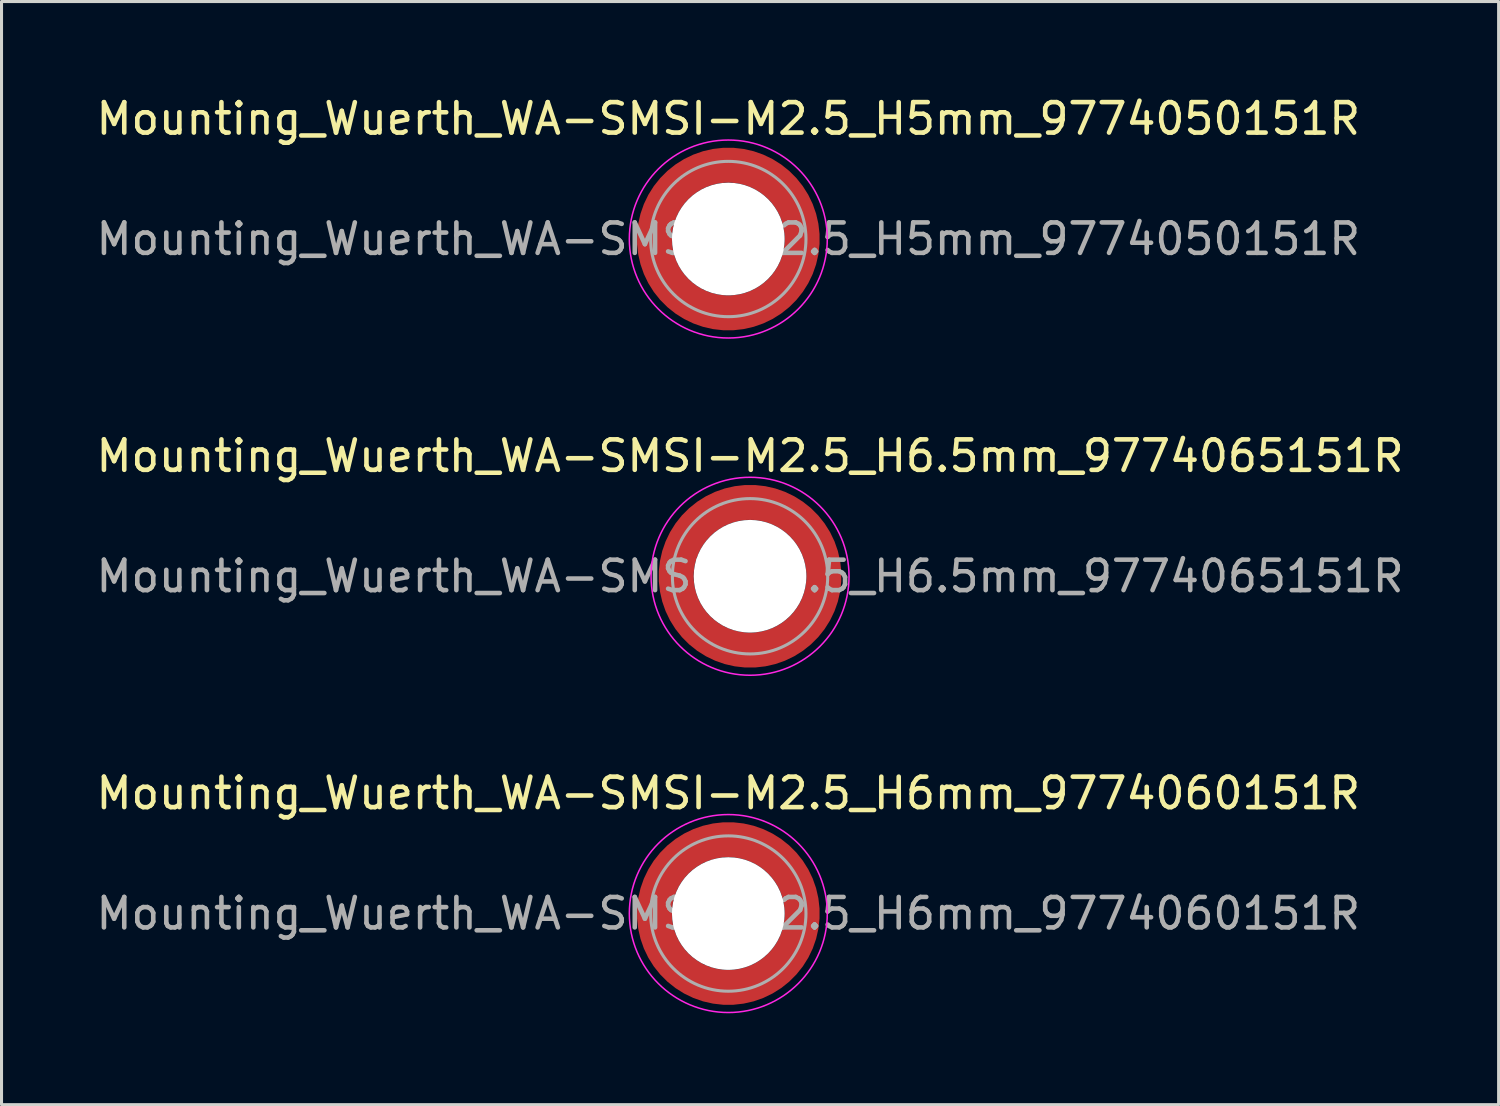
<source format=kicad_pcb>
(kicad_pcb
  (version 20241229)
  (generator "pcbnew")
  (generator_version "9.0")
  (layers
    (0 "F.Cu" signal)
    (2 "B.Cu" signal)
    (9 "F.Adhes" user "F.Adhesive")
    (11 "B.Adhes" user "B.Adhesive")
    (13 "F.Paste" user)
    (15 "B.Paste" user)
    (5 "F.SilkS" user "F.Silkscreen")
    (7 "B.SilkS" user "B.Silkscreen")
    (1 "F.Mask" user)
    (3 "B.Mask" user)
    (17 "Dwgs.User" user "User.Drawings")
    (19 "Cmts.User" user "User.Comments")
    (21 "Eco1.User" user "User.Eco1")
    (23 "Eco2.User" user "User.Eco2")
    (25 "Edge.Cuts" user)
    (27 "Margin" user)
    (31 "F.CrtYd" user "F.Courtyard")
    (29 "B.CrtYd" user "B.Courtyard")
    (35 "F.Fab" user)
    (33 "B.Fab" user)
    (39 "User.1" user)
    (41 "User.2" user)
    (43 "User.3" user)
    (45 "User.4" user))
  (footprint "Mounting_Wuerth_WA-SMSI-M2.5_H6.5mm_9774065151R"
    (layer "F.Cu")
    (at 21.577 15.871)
    (property "Reference" "Mounting_Wuerth_WA-SMSI-M2.5_H6.5mm_9774065151R" (at 0 -3.95 0) (layer "F.SilkS") (effects (font (size 1 1) (thickness 0.15))))
    (attr smd allow_soldermask_bridges)
    (fp_circle (center 0 0) (end 3.25 0) (stroke (width 0.05) (type solid)) (fill no) (layer "F.CrtYd"))
    (fp_circle (center 0 0) (end 2.55 0) (stroke (width 0.1) (type solid)) (fill no) (layer "F.Fab"))
    (fp_text user "${REFERENCE}" (at 0 0 0) (layer "F.Fab") (effects (font (size 1 1) (thickness 0.15))))
    (pad "" smd custom (at -1.704 -1.704) (size 0.51 0.51) (layers "F.Paste") (options (anchor circle)) (primitives (gr_arc (start -0.250195 1.279127) (mid 0.289914 0.289914) (end 1.279127 -0.250195) (width 0.2)) (gr_arc (start -0.34334 1.279127) (mid 0.225488 0.225488) (end 1.279127 -0.34334) (width 0.2)) (gr_arc (start -0.436309 1.279127) (mid 0.161063 0.161063) (end 1.279127 -0.436309) (width 0.2)) (gr_arc (start -0.529126 1.279127) (mid 0.096638 0.096638) (end 1.279127 -0.529126) (width 0.2)) (gr_arc (start -0.621807 1.279127) (mid 0.032213 0.032213) (end 1.279127 -0.621807) (width 0.2)) (gr_arc (start -0.71437 1.279127) (mid -0.032213 -0.032213) (end 1.279127 -0.71437) (width 0.2)) (gr_arc (start -0.806826 1.279127) (mid -0.096638 -0.096638) (end 1.279127 -0.806826) (width 0.2)) (gr_arc (start -0.899187 1.279127) (mid -0.161063 -0.161063) (end 1.279127 -0.899187) (width 0.2)) (gr_arc (start -0.991463 1.279127) (mid -0.225488 -0.225488) (end 1.279127 -0.991463) (width 0.2)) (gr_arc (start -1.083663 1.279127) (mid -0.289914 -0.289914) (end 1.279127 -1.083663) (width 0.2)) (gr_line (start 1.279 -0.25) (end 1.279 -1.084) (width 0.2)) (gr_line (start -0.25 1.279) (end -1.084 1.279) (width 0.2))))
    (pad "" smd custom (at -1.704 1.704) (size 0.51 0.51) (layers "F.Paste") (options (anchor circle)) (primitives (gr_arc (start 1.279127 0.250195) (mid 0.289914 -0.289914) (end -0.250195 -1.279127) (width 0.2)) (gr_arc (start 1.279127 0.34334) (mid 0.225488 -0.225488) (end -0.34334 -1.279127) (width 0.2)) (gr_arc (start 1.279127 0.436309) (mid 0.161063 -0.161063) (end -0.436309 -1.279127) (width 0.2)) (gr_arc (start 1.279127 0.529126) (mid 0.096638 -0.096638) (end -0.529126 -1.279127) (width 0.2)) (gr_arc (start 1.279127 0.621807) (mid 0.032213 -0.032213) (end -0.621807 -1.279127) (width 0.2)) (gr_arc (start 1.279127 0.71437) (mid -0.032213 0.032213) (end -0.71437 -1.279127) (width 0.2)) (gr_arc (start 1.279127 0.806826) (mid -0.096638 0.096638) (end -0.806826 -1.279127) (width 0.2)) (gr_arc (start 1.279127 0.899187) (mid -0.161063 0.161063) (end -0.899187 -1.279127) (width 0.2)) (gr_arc (start 1.279127 0.991463) (mid -0.225488 0.225488) (end -0.991463 -1.279127) (width 0.2)) (gr_arc (start 1.279127 1.083663) (mid -0.289914 0.289914) (end -1.083663 -1.279127) (width 0.2)) (gr_line (start -0.25 -1.279) (end -1.084 -1.279) (width 0.2)) (gr_line (start 1.279 0.25) (end 1.279 1.084) (width 0.2))))
    (pad "" np_thru_hole circle (at 0 0) (size 3.7 3.7) (drill 3.7) (layers "*.Cu" "*.Mask"))
    (pad "" smd custom (at 1.704 -1.704) (size 0.51 0.51) (layers "F.Paste") (options (anchor circle)) (primitives (gr_arc (start -1.279127 -0.250195) (mid -0.289914 0.289914) (end 0.250195 1.279127) (width 0.2)) (gr_arc (start -1.279127 -0.34334) (mid -0.225488 0.225488) (end 0.34334 1.279127) (width 0.2)) (gr_arc (start -1.279127 -0.436309) (mid -0.161063 0.161063) (end 0.436309 1.279127) (width 0.2)) (gr_arc (start -1.279127 -0.529126) (mid -0.096638 0.096638) (end 0.529126 1.279127) (width 0.2)) (gr_arc (start -1.279127 -0.621807) (mid -0.032213 0.032213) (end 0.621807 1.279127) (width 0.2)) (gr_arc (start -1.279127 -0.71437) (mid 0.032213 -0.032213) (end 0.71437 1.279127) (width 0.2)) (gr_arc (start -1.279127 -0.806826) (mid 0.096638 -0.096638) (end 0.806826 1.279127) (width 0.2)) (gr_arc (start -1.279127 -0.899187) (mid 0.161063 -0.161063) (end 0.899187 1.279127) (width 0.2)) (gr_arc (start -1.279127 -0.991463) (mid 0.225488 -0.225488) (end 0.991463 1.279127) (width 0.2)) (gr_arc (start -1.279127 -1.083663) (mid 0.289914 -0.289914) (end 1.083663 1.279127) (width 0.2)) (gr_line (start 0.25 1.279) (end 1.084 1.279) (width 0.2)) (gr_line (start -1.279 -0.25) (end -1.279 -1.084) (width 0.2))))
    (pad "" smd custom (at 1.704 1.704) (size 0.51 0.51) (layers "F.Paste") (options (anchor circle)) (primitives (gr_arc (start 0.250195 -1.279127) (mid -0.289914 -0.289914) (end -1.279127 0.250195) (width 0.2)) (gr_arc (start 0.34334 -1.279127) (mid -0.225488 -0.225488) (end -1.279127 0.34334) (width 0.2)) (gr_arc (start 0.436309 -1.279127) (mid -0.161063 -0.161063) (end -1.279127 0.436309) (width 0.2)) (gr_arc (start 0.529126 -1.279127) (mid -0.096638 -0.096638) (end -1.279127 0.529126) (width 0.2)) (gr_arc (start 0.621807 -1.279127) (mid -0.032213 -0.032213) (end -1.279127 0.621807) (width 0.2)) (gr_arc (start 0.71437 -1.279127) (mid 0.032213 0.032213) (end -1.279127 0.71437) (width 0.2)) (gr_arc (start 0.806826 -1.279127) (mid 0.096638 0.096638) (end -1.279127 0.806826) (width 0.2)) (gr_arc (start 0.899187 -1.279127) (mid 0.161063 0.161063) (end -1.279127 0.899187) (width 0.2)) (gr_arc (start 0.991463 -1.279127) (mid 0.225488 0.225488) (end -1.279127 0.991463) (width 0.2)) (gr_arc (start 1.083663 -1.279127) (mid 0.289914 0.289914) (end -1.279127 1.083663) (width 0.2)) (gr_line (start -1.279 0.25) (end -1.279 1.084) (width 0.2)) (gr_line (start 0.25 -1.279) (end 1.084 -1.279) (width 0.2))))
    (pad "1" smd circle (at -2.425 0) (size 0.642 0.642) (layers "F.Cu"))
    (pad "1" smd circle (at 0 -2.425) (size 0.642 0.642) (layers "F.Cu"))
    (pad "1" smd circle (at 0 2.425) (size 0.642 0.642) (layers "F.Cu"))
    (pad "1" smd custom (at 2.425 0) (size 1.15 1.15) (layers "F.Cu" "F.Mask") (options (anchor circle)) (primitives (gr_circle (center -2.425 0) (end 0 0) (width 1.15) (fill no)))))
  (footprint "Mounting_Wuerth_WA-SMSI-M2.5_H6mm_9774060151R"
    (layer "F.Cu")
    (at 20.863 26.945)
    (property "Reference" "Mounting_Wuerth_WA-SMSI-M2.5_H6mm_9774060151R" (at 0 -3.95 0) (layer "F.SilkS") (effects (font (size 1 1) (thickness 0.15))))
    (attr smd allow_soldermask_bridges)
    (fp_circle (center 0 0) (end 3.25 0) (stroke (width 0.05) (type solid)) (fill no) (layer "F.CrtYd"))
    (fp_circle (center 0 0) (end 2.55 0) (stroke (width 0.1) (type solid)) (fill no) (layer "F.Fab"))
    (fp_text user "${REFERENCE}" (at 0 0 0) (layer "F.Fab") (effects (font (size 1 1) (thickness 0.15))))
    (pad "" smd custom (at -1.704 -1.704) (size 0.51 0.51) (layers "F.Paste") (options (anchor circle)) (primitives (gr_arc (start -0.250195 1.279127) (mid 0.289914 0.289914) (end 1.279127 -0.250195) (width 0.2)) (gr_arc (start -0.34334 1.279127) (mid 0.225488 0.225488) (end 1.279127 -0.34334) (width 0.2)) (gr_arc (start -0.436309 1.279127) (mid 0.161063 0.161063) (end 1.279127 -0.436309) (width 0.2)) (gr_arc (start -0.529126 1.279127) (mid 0.096638 0.096638) (end 1.279127 -0.529126) (width 0.2)) (gr_arc (start -0.621807 1.279127) (mid 0.032213 0.032213) (end 1.279127 -0.621807) (width 0.2)) (gr_arc (start -0.71437 1.279127) (mid -0.032213 -0.032213) (end 1.279127 -0.71437) (width 0.2)) (gr_arc (start -0.806826 1.279127) (mid -0.096638 -0.096638) (end 1.279127 -0.806826) (width 0.2)) (gr_arc (start -0.899187 1.279127) (mid -0.161063 -0.161063) (end 1.279127 -0.899187) (width 0.2)) (gr_arc (start -0.991463 1.279127) (mid -0.225488 -0.225488) (end 1.279127 -0.991463) (width 0.2)) (gr_arc (start -1.083663 1.279127) (mid -0.289914 -0.289914) (end 1.279127 -1.083663) (width 0.2)) (gr_line (start 1.279 -0.25) (end 1.279 -1.084) (width 0.2)) (gr_line (start -0.25 1.279) (end -1.084 1.279) (width 0.2))))
    (pad "" smd custom (at -1.704 1.704) (size 0.51 0.51) (layers "F.Paste") (options (anchor circle)) (primitives (gr_arc (start 1.279127 0.250195) (mid 0.289914 -0.289914) (end -0.250195 -1.279127) (width 0.2)) (gr_arc (start 1.279127 0.34334) (mid 0.225488 -0.225488) (end -0.34334 -1.279127) (width 0.2)) (gr_arc (start 1.279127 0.436309) (mid 0.161063 -0.161063) (end -0.436309 -1.279127) (width 0.2)) (gr_arc (start 1.279127 0.529126) (mid 0.096638 -0.096638) (end -0.529126 -1.279127) (width 0.2)) (gr_arc (start 1.279127 0.621807) (mid 0.032213 -0.032213) (end -0.621807 -1.279127) (width 0.2)) (gr_arc (start 1.279127 0.71437) (mid -0.032213 0.032213) (end -0.71437 -1.279127) (width 0.2)) (gr_arc (start 1.279127 0.806826) (mid -0.096638 0.096638) (end -0.806826 -1.279127) (width 0.2)) (gr_arc (start 1.279127 0.899187) (mid -0.161063 0.161063) (end -0.899187 -1.279127) (width 0.2)) (gr_arc (start 1.279127 0.991463) (mid -0.225488 0.225488) (end -0.991463 -1.279127) (width 0.2)) (gr_arc (start 1.279127 1.083663) (mid -0.289914 0.289914) (end -1.083663 -1.279127) (width 0.2)) (gr_line (start -0.25 -1.279) (end -1.084 -1.279) (width 0.2)) (gr_line (start 1.279 0.25) (end 1.279 1.084) (width 0.2))))
    (pad "" np_thru_hole circle (at 0 0) (size 3.7 3.7) (drill 3.7) (layers "*.Cu" "*.Mask"))
    (pad "" smd custom (at 1.704 -1.704) (size 0.51 0.51) (layers "F.Paste") (options (anchor circle)) (primitives (gr_arc (start -1.279127 -0.250195) (mid -0.289914 0.289914) (end 0.250195 1.279127) (width 0.2)) (gr_arc (start -1.279127 -0.34334) (mid -0.225488 0.225488) (end 0.34334 1.279127) (width 0.2)) (gr_arc (start -1.279127 -0.436309) (mid -0.161063 0.161063) (end 0.436309 1.279127) (width 0.2)) (gr_arc (start -1.279127 -0.529126) (mid -0.096638 0.096638) (end 0.529126 1.279127) (width 0.2)) (gr_arc (start -1.279127 -0.621807) (mid -0.032213 0.032213) (end 0.621807 1.279127) (width 0.2)) (gr_arc (start -1.279127 -0.71437) (mid 0.032213 -0.032213) (end 0.71437 1.279127) (width 0.2)) (gr_arc (start -1.279127 -0.806826) (mid 0.096638 -0.096638) (end 0.806826 1.279127) (width 0.2)) (gr_arc (start -1.279127 -0.899187) (mid 0.161063 -0.161063) (end 0.899187 1.279127) (width 0.2)) (gr_arc (start -1.279127 -0.991463) (mid 0.225488 -0.225488) (end 0.991463 1.279127) (width 0.2)) (gr_arc (start -1.279127 -1.083663) (mid 0.289914 -0.289914) (end 1.083663 1.279127) (width 0.2)) (gr_line (start 0.25 1.279) (end 1.084 1.279) (width 0.2)) (gr_line (start -1.279 -0.25) (end -1.279 -1.084) (width 0.2))))
    (pad "" smd custom (at 1.704 1.704) (size 0.51 0.51) (layers "F.Paste") (options (anchor circle)) (primitives (gr_arc (start 0.250195 -1.279127) (mid -0.289914 -0.289914) (end -1.279127 0.250195) (width 0.2)) (gr_arc (start 0.34334 -1.279127) (mid -0.225488 -0.225488) (end -1.279127 0.34334) (width 0.2)) (gr_arc (start 0.436309 -1.279127) (mid -0.161063 -0.161063) (end -1.279127 0.436309) (width 0.2)) (gr_arc (start 0.529126 -1.279127) (mid -0.096638 -0.096638) (end -1.279127 0.529126) (width 0.2)) (gr_arc (start 0.621807 -1.279127) (mid -0.032213 -0.032213) (end -1.279127 0.621807) (width 0.2)) (gr_arc (start 0.71437 -1.279127) (mid 0.032213 0.032213) (end -1.279127 0.71437) (width 0.2)) (gr_arc (start 0.806826 -1.279127) (mid 0.096638 0.096638) (end -1.279127 0.806826) (width 0.2)) (gr_arc (start 0.899187 -1.279127) (mid 0.161063 0.161063) (end -1.279127 0.899187) (width 0.2)) (gr_arc (start 0.991463 -1.279127) (mid 0.225488 0.225488) (end -1.279127 0.991463) (width 0.2)) (gr_arc (start 1.083663 -1.279127) (mid 0.289914 0.289914) (end -1.279127 1.083663) (width 0.2)) (gr_line (start -1.279 0.25) (end -1.279 1.084) (width 0.2)) (gr_line (start 0.25 -1.279) (end 1.084 -1.279) (width 0.2))))
    (pad "1" smd circle (at -2.425 0) (size 0.642 0.642) (layers "F.Cu"))
    (pad "1" smd circle (at 0 -2.425) (size 0.642 0.642) (layers "F.Cu"))
    (pad "1" smd circle (at 0 2.425) (size 0.642 0.642) (layers "F.Cu"))
    (pad "1" smd custom (at 2.425 0) (size 1.15 1.15) (layers "F.Cu" "F.Mask") (options (anchor circle)) (primitives (gr_circle (center -2.425 0) (end 0 0) (width 1.15) (fill no)))))
  (footprint "Mounting_Wuerth_WA-SMSI-M2.5_H5mm_9774050151R"
    (layer "F.Cu")
    (at 20.863 4.798)
    (property "Reference" "Mounting_Wuerth_WA-SMSI-M2.5_H5mm_9774050151R" (at 0 -3.95 0) (layer "F.SilkS") (effects (font (size 1 1) (thickness 0.15))))
    (attr smd allow_soldermask_bridges)
    (fp_circle (center 0 0) (end 3.25 0) (stroke (width 0.05) (type solid)) (fill no) (layer "F.CrtYd"))
    (fp_circle (center 0 0) (end 2.55 0) (stroke (width 0.1) (type solid)) (fill no) (layer "F.Fab"))
    (fp_text user "${REFERENCE}" (at 0 0 0) (layer "F.Fab") (effects (font (size 1 1) (thickness 0.15))))
    (pad "" smd custom (at -1.704 -1.704) (size 0.51 0.51) (layers "F.Paste") (options (anchor circle)) (primitives (gr_arc (start -0.250195 1.279127) (mid 0.289914 0.289914) (end 1.279127 -0.250195) (width 0.2)) (gr_arc (start -0.34334 1.279127) (mid 0.225488 0.225488) (end 1.279127 -0.34334) (width 0.2)) (gr_arc (start -0.436309 1.279127) (mid 0.161063 0.161063) (end 1.279127 -0.436309) (width 0.2)) (gr_arc (start -0.529126 1.279127) (mid 0.096638 0.096638) (end 1.279127 -0.529126) (width 0.2)) (gr_arc (start -0.621807 1.279127) (mid 0.032213 0.032213) (end 1.279127 -0.621807) (width 0.2)) (gr_arc (start -0.71437 1.279127) (mid -0.032213 -0.032213) (end 1.279127 -0.71437) (width 0.2)) (gr_arc (start -0.806826 1.279127) (mid -0.096638 -0.096638) (end 1.279127 -0.806826) (width 0.2)) (gr_arc (start -0.899187 1.279127) (mid -0.161063 -0.161063) (end 1.279127 -0.899187) (width 0.2)) (gr_arc (start -0.991463 1.279127) (mid -0.225488 -0.225488) (end 1.279127 -0.991463) (width 0.2)) (gr_arc (start -1.083663 1.279127) (mid -0.289914 -0.289914) (end 1.279127 -1.083663) (width 0.2)) (gr_line (start 1.279 -0.25) (end 1.279 -1.084) (width 0.2)) (gr_line (start -0.25 1.279) (end -1.084 1.279) (width 0.2))))
    (pad "" smd custom (at -1.704 1.704) (size 0.51 0.51) (layers "F.Paste") (options (anchor circle)) (primitives (gr_arc (start 1.279127 0.250195) (mid 0.289914 -0.289914) (end -0.250195 -1.279127) (width 0.2)) (gr_arc (start 1.279127 0.34334) (mid 0.225488 -0.225488) (end -0.34334 -1.279127) (width 0.2)) (gr_arc (start 1.279127 0.436309) (mid 0.161063 -0.161063) (end -0.436309 -1.279127) (width 0.2)) (gr_arc (start 1.279127 0.529126) (mid 0.096638 -0.096638) (end -0.529126 -1.279127) (width 0.2)) (gr_arc (start 1.279127 0.621807) (mid 0.032213 -0.032213) (end -0.621807 -1.279127) (width 0.2)) (gr_arc (start 1.279127 0.71437) (mid -0.032213 0.032213) (end -0.71437 -1.279127) (width 0.2)) (gr_arc (start 1.279127 0.806826) (mid -0.096638 0.096638) (end -0.806826 -1.279127) (width 0.2)) (gr_arc (start 1.279127 0.899187) (mid -0.161063 0.161063) (end -0.899187 -1.279127) (width 0.2)) (gr_arc (start 1.279127 0.991463) (mid -0.225488 0.225488) (end -0.991463 -1.279127) (width 0.2)) (gr_arc (start 1.279127 1.083663) (mid -0.289914 0.289914) (end -1.083663 -1.279127) (width 0.2)) (gr_line (start -0.25 -1.279) (end -1.084 -1.279) (width 0.2)) (gr_line (start 1.279 0.25) (end 1.279 1.084) (width 0.2))))
    (pad "" np_thru_hole circle (at 0 0) (size 3.7 3.7) (drill 3.7) (layers "*.Cu" "*.Mask"))
    (pad "" smd custom (at 1.704 -1.704) (size 0.51 0.51) (layers "F.Paste") (options (anchor circle)) (primitives (gr_arc (start -1.279127 -0.250195) (mid -0.289914 0.289914) (end 0.250195 1.279127) (width 0.2)) (gr_arc (start -1.279127 -0.34334) (mid -0.225488 0.225488) (end 0.34334 1.279127) (width 0.2)) (gr_arc (start -1.279127 -0.436309) (mid -0.161063 0.161063) (end 0.436309 1.279127) (width 0.2)) (gr_arc (start -1.279127 -0.529126) (mid -0.096638 0.096638) (end 0.529126 1.279127) (width 0.2)) (gr_arc (start -1.279127 -0.621807) (mid -0.032213 0.032213) (end 0.621807 1.279127) (width 0.2)) (gr_arc (start -1.279127 -0.71437) (mid 0.032213 -0.032213) (end 0.71437 1.279127) (width 0.2)) (gr_arc (start -1.279127 -0.806826) (mid 0.096638 -0.096638) (end 0.806826 1.279127) (width 0.2)) (gr_arc (start -1.279127 -0.899187) (mid 0.161063 -0.161063) (end 0.899187 1.279127) (width 0.2)) (gr_arc (start -1.279127 -0.991463) (mid 0.225488 -0.225488) (end 0.991463 1.279127) (width 0.2)) (gr_arc (start -1.279127 -1.083663) (mid 0.289914 -0.289914) (end 1.083663 1.279127) (width 0.2)) (gr_line (start 0.25 1.279) (end 1.084 1.279) (width 0.2)) (gr_line (start -1.279 -0.25) (end -1.279 -1.084) (width 0.2))))
    (pad "" smd custom (at 1.704 1.704) (size 0.51 0.51) (layers "F.Paste") (options (anchor circle)) (primitives (gr_arc (start 0.250195 -1.279127) (mid -0.289914 -0.289914) (end -1.279127 0.250195) (width 0.2)) (gr_arc (start 0.34334 -1.279127) (mid -0.225488 -0.225488) (end -1.279127 0.34334) (width 0.2)) (gr_arc (start 0.436309 -1.279127) (mid -0.161063 -0.161063) (end -1.279127 0.436309) (width 0.2)) (gr_arc (start 0.529126 -1.279127) (mid -0.096638 -0.096638) (end -1.279127 0.529126) (width 0.2)) (gr_arc (start 0.621807 -1.279127) (mid -0.032213 -0.032213) (end -1.279127 0.621807) (width 0.2)) (gr_arc (start 0.71437 -1.279127) (mid 0.032213 0.032213) (end -1.279127 0.71437) (width 0.2)) (gr_arc (start 0.806826 -1.279127) (mid 0.096638 0.096638) (end -1.279127 0.806826) (width 0.2)) (gr_arc (start 0.899187 -1.279127) (mid 0.161063 0.161063) (end -1.279127 0.899187) (width 0.2)) (gr_arc (start 0.991463 -1.279127) (mid 0.225488 0.225488) (end -1.279127 0.991463) (width 0.2)) (gr_arc (start 1.083663 -1.279127) (mid 0.289914 0.289914) (end -1.279127 1.083663) (width 0.2)) (gr_line (start -1.279 0.25) (end -1.279 1.084) (width 0.2)) (gr_line (start 0.25 -1.279) (end 1.084 -1.279) (width 0.2))))
    (pad "1" smd circle (at -2.425 0) (size 0.642 0.642) (layers "F.Cu"))
    (pad "1" smd circle (at 0 -2.425) (size 0.642 0.642) (layers "F.Cu"))
    (pad "1" smd circle (at 0 2.425) (size 0.642 0.642) (layers "F.Cu"))
    (pad "1" smd custom (at 2.425 0) (size 1.15 1.15) (layers "F.Cu" "F.Mask") (options (anchor circle)) (primitives (gr_circle (center -2.425 0) (end 0 0) (width 1.15) (fill no)))))
  (gr_rect
    (start -3 -3)
    (end 46.155 33.22)
    (stroke (width 0.1) (type default))
    (fill no)
    (layer "Edge.Cuts")))
</source>
